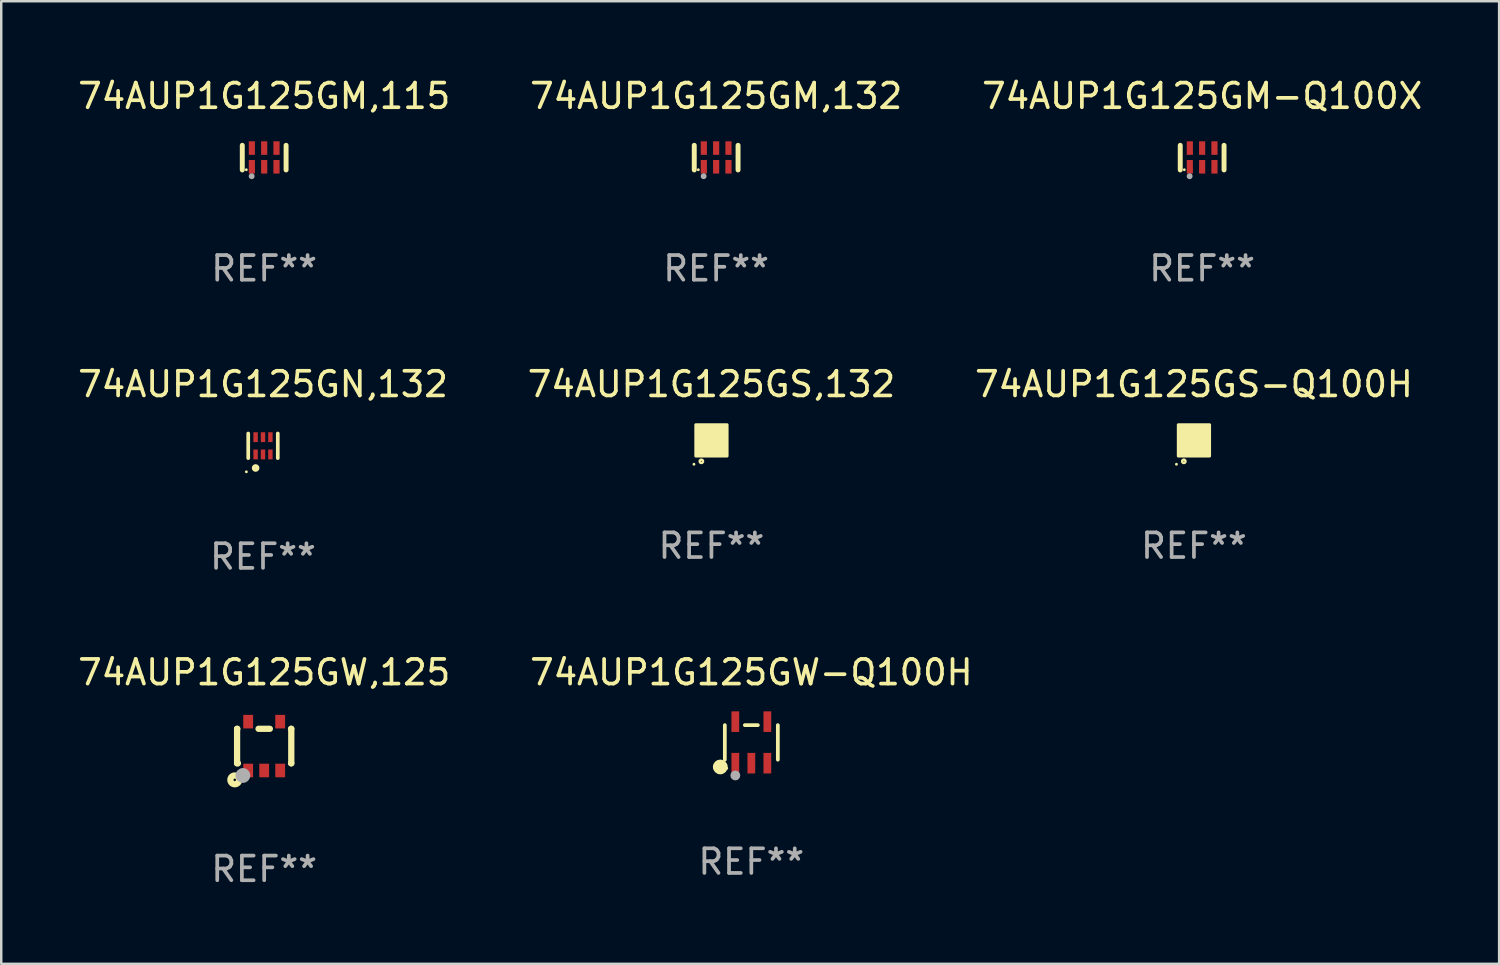
<source format=kicad_pcb>
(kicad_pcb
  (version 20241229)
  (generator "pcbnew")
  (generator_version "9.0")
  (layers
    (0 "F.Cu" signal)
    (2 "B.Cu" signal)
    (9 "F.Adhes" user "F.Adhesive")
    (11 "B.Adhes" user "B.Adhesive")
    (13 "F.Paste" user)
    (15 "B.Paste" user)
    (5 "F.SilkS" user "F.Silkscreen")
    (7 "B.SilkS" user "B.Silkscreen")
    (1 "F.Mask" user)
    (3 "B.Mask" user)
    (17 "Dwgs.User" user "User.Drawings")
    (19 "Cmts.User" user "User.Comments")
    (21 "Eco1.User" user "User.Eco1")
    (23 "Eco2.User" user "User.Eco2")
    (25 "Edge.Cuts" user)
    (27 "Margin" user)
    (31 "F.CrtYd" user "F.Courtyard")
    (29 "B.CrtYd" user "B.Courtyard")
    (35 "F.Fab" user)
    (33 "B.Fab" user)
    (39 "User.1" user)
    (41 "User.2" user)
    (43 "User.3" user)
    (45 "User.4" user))
  (footprint "74AUP1G125GS,132"
    (layer "F.Cu")
    (at 25.827 14.825)
    (property "Reference" "74AUP1G125GS,132" (at 0 -2.28 0) (layer "F.SilkS") (effects (font (size 1 1) (thickness 0.15))))
    (attr through_hole)
    (fp_circle (center -0.71 0.968) (end -0.68 0.968) (stroke (width 0.06) (type solid)) (fill no) (layer "F.SilkS"))
    (fp_circle (center -0.41 0.85) (end -0.342 0.85) (stroke (width 0.1) (type solid)) (fill no) (layer "F.SilkS"))
    (fp_poly (pts (xy -0.635 -0.635) (xy 0.635 -0.635) (xy 0.635 0.635) (xy -0.635 0.635)) (stroke (width 0.12) (type solid)) (fill yes) (layer "F.SilkS"))
    (fp_text user "REF**" (at 0 4.28 0) (layer "F.Fab") (effects (font (size 1 1) (thickness 0.15))))
    (pad "1" smd rect (at -0.35 0.28 90) (size 0.35 0.2) (layers "F.Cu" "F.Mask" "F.Paste"))
    (pad "2" smd rect (at 0 0.28 90) (size 0.35 0.2) (layers "F.Cu" "F.Mask" "F.Paste"))
    (pad "3" smd rect (at 0.35 0.28 90) (size 0.35 0.2) (layers "F.Cu" "F.Mask" "F.Paste"))
    (pad "4" smd rect (at 0.35 -0.28 90) (size 0.35 0.2) (layers "F.Cu" "F.Mask" "F.Paste"))
    (pad "5" smd rect (at 0 -0.28 90) (size 0.35 0.2) (layers "F.Cu" "F.Mask" "F.Paste"))
    (pad "6" smd rect (at -0.35 -0.28 90) (size 0.35 0.2) (layers "F.Cu" "F.Mask" "F.Paste")))
  (footprint "74AUP1G125GN,132"
    (layer "F.Cu")
    (at 7.625 15.045)
    (property "Reference" "74AUP1G125GN,132" (at 0 -2.5 0) (layer "F.SilkS") (effects (font (size 1 1) (thickness 0.15))))
    (attr through_hole)
    (fp_line (start -0.6 -0.5) (end -0.6 0.5) (stroke (width 0.15) (type solid)) (layer "F.SilkS"))
    (fp_line (start 0.6 0.5) (end 0.6 -0.5) (stroke (width 0.15) (type solid)) (layer "F.SilkS"))
    (fp_circle (center -0.675 1.055) (end -0.645 1.055) (stroke (width 0.06) (type solid)) (fill no) (layer "F.SilkS"))
    (fp_circle (center -0.3 0.9) (end -0.22 0.9) (stroke (width 0.15) (type solid)) (fill no) (layer "F.SilkS"))
    (fp_text user "REF**" (at 0 4.5 0) (layer "F.Fab") (effects (font (size 1 1) (thickness 0.15))))
    (pad "1" smd rect (at -0.3 0.35) (size 0.18 0.4) (layers "F.Cu" "F.Mask" "F.Paste"))
    (pad "2" smd rect (at 0.000025 0.35) (size 0.18 0.4) (layers "F.Cu" "F.Mask" "F.Paste"))
    (pad "3" smd rect (at 0.3 0.35) (size 0.18 0.4) (layers "F.Cu" "F.Mask" "F.Paste"))
    (pad "4" smd rect (at 0.3 -0.35) (size 0.18 0.4) (layers "F.Cu" "F.Mask" "F.Paste"))
    (pad "5" smd rect (at 0.000025 -0.35) (size 0.18 0.4) (layers "F.Cu" "F.Mask" "F.Paste"))
    (pad "6" smd rect (at -0.3 -0.35) (size 0.18 0.4) (layers "F.Cu" "F.Mask" "F.Paste")))
  (footprint "74AUP1G125GW-Q100H"
    (layer "F.Cu")
    (at 27.446 27.084)
    (property "Reference" "74AUP1G125GW-Q100H" (at 0 -2.843 0) (layer "F.SilkS") (effects (font (size 1 1) (thickness 0.15))))
    (attr through_hole)
    (fp_line (start -1.076 0.701) (end -1.076 -0.701) (stroke (width 0.152) (type solid)) (layer "F.SilkS"))
    (fp_line (start 0.264 -0.701) (end -0.264 -0.701) (stroke (width 0.152) (type solid)) (layer "F.SilkS"))
    (fp_line (start 1.076 0.701) (end 1.076 -0.701) (stroke (width 0.152) (type solid)) (layer "F.SilkS"))
    (fp_circle (center -1.26 0.995) (end -1.11 0.995) (stroke (width 0.3) (type solid)) (fill no) (layer "F.SilkS"))
    (fp_circle (center -1 1.05) (end -0.97 1.05) (stroke (width 0.06) (type solid)) (fill no) (layer "F.SilkS"))
    (fp_circle (center -0.65 1.341) (end -0.55 1.341) (stroke (width 0.2) (type solid)) (fill no) (layer "F.Fab"))
    (fp_text user "REF**" (at 0 4.843 0) (layer "F.Fab") (effects (font (size 1 1) (thickness 0.15))))
    (pad "1" smd rect (at -0.65 0.843) (size 0.315 0.835) (layers "F.Cu" "F.Mask" "F.Paste"))
    (pad "2" smd rect (at 0.00014 0.843) (size 0.315 0.835) (layers "F.Cu" "F.Mask" "F.Paste"))
    (pad "3" smd rect (at 0.65 0.843) (size 0.315 0.835) (layers "F.Cu" "F.Mask" "F.Paste"))
    (pad "4" smd rect (at 0.65 -0.843) (size 0.315 0.835) (layers "F.Cu" "F.Mask" "F.Paste"))
    (pad "5" smd rect (at -0.65 -0.843) (size 0.315 0.835) (layers "F.Cu" "F.Mask" "F.Paste")))
  (footprint "74AUP1G125GW,125"
    (layer "F.Cu")
    (at 7.673 27.232)
    (property "Reference" "74AUP1G125GW,125" (at 0 -2.991 0) (layer "F.SilkS") (effects (font (size 1 1) (thickness 0.15))))
    (attr through_hole)
    (fp_line (start -1.1 -0.7) (end -1.1 0.7) (stroke (width 0.254) (type solid)) (layer "F.SilkS"))
    (fp_line (start -1.1 -0.7) (end -1.09 -0.7) (stroke (width 0.254) (type solid)) (layer "F.SilkS"))
    (fp_line (start -1.1 0.7) (end -1.065 0.7) (stroke (width 0.254) (type solid)) (layer "F.SilkS"))
    (fp_line (start -0.23 -0.7) (end 0.23 -0.7) (stroke (width 0.254) (type solid)) (layer "F.SilkS"))
    (fp_line (start 1.09 -0.7) (end 1.1 -0.7) (stroke (width 0.254) (type solid)) (layer "F.SilkS"))
    (fp_line (start 1.09 0.7) (end 1.1 0.7) (stroke (width 0.254) (type solid)) (layer "F.SilkS"))
    (fp_line (start 1.1 -0.7) (end 1.1 0.7) (stroke (width 0.254) (type solid)) (layer "F.SilkS"))
    (fp_circle (center -1.194 1.372) (end -1.143 1.372) (stroke (width 0.254) (type solid)) (fill no) (layer "F.SilkS"))
    (fp_circle (center -1.05 1.063) (end -1.02 1.063) (stroke (width 0.06) (type solid)) (fill no) (layer "F.SilkS"))
    (fp_circle (center -0.864 1.194) (end -0.713 1.194) (stroke (width 0.3) (type solid)) (fill no) (layer "F.Fab"))
    (fp_text user "REF**" (at 0 4.991 0) (layer "F.Fab") (effects (font (size 1 1) (thickness 0.15))))
    (pad "1" smd rect (at -0.65 0.991 180) (size 0.399 0.551) (layers "F.Cu" "F.Mask" "F.Paste"))
    (pad "2" smd rect (at 0 0.991 180) (size 0.399 0.551) (layers "F.Cu" "F.Mask" "F.Paste"))
    (pad "3" smd rect (at 0.65 0.991 180) (size 0.399 0.551) (layers "F.Cu" "F.Mask" "F.Paste"))
    (pad "4" smd rect (at 0.65 -0.991 180) (size 0.399 0.551) (layers "F.Cu" "F.Mask" "F.Paste"))
    (pad "5" smd rect (at -0.65 -0.991 180) (size 0.399 0.551) (layers "F.Cu" "F.Mask" "F.Paste")))
  (footprint "74AUP1G125GM,115"
    (layer "F.Cu")
    (at 7.673 3.348)
    (property "Reference" "74AUP1G125GM,115" (at 0 -2.5 0) (layer "F.SilkS") (effects (font (size 1 1) (thickness 0.15))))
    (attr through_hole)
    (fp_line (start -0.889 0.5) (end -0.889 -0.5) (stroke (width 0.2) (type solid)) (layer "F.SilkS"))
    (fp_line (start 0.889 0.5) (end 0.889 -0.5) (stroke (width 0.2) (type solid)) (layer "F.SilkS"))
    (fp_circle (center -0.725 0.492) (end -0.695 0.492) (stroke (width 0.06) (type solid)) (fill no) (layer "F.SilkS"))
    (fp_circle (center -0.508 0.754) (end -0.448 0.754) (stroke (width 0.12) (type solid)) (fill no) (layer "F.Fab"))
    (fp_text user "REF**" (at 0 4.5 0) (layer "F.Fab") (effects (font (size 1 1) (thickness 0.15))))
    (pad "1" smd rect (at -0.5 0.372) (size 0.25 0.55) (layers "F.Cu" "F.Mask" "F.Paste"))
    (pad "2" smd rect (at -0.000127 0.372) (size 0.25 0.55) (layers "F.Cu" "F.Mask" "F.Paste"))
    (pad "3" smd rect (at 0.5 0.372) (size 0.25 0.55) (layers "F.Cu" "F.Mask" "F.Paste"))
    (pad "4" smd rect (at 0.5 -0.388 180) (size 0.25 0.55) (layers "F.Cu" "F.Mask" "F.Paste"))
    (pad "5" smd rect (at -0.000127 -0.388 180) (size 0.25 0.55) (layers "F.Cu" "F.Mask" "F.Paste"))
    (pad "6" smd rect (at -0.5 -0.388 180) (size 0.25 0.55) (layers "F.Cu" "F.Mask" "F.Paste")))
  (footprint "74AUP1G125GM-Q100X"
    (layer "F.Cu")
    (at 45.744 3.348)
    (property "Reference" "74AUP1G125GM-Q100X" (at 0 -2.5 0) (layer "F.SilkS") (effects (font (size 1 1) (thickness 0.15))))
    (attr through_hole)
    (fp_line (start -0.889 0.5) (end -0.889 -0.5) (stroke (width 0.2) (type solid)) (layer "F.SilkS"))
    (fp_line (start 0.889 0.5) (end 0.889 -0.5) (stroke (width 0.2) (type solid)) (layer "F.SilkS"))
    (fp_circle (center -0.725 0.492) (end -0.695 0.492) (stroke (width 0.06) (type solid)) (fill no) (layer "F.SilkS"))
    (fp_circle (center -0.508 0.754) (end -0.448 0.754) (stroke (width 0.12) (type solid)) (fill no) (layer "F.Fab"))
    (fp_text user "REF**" (at 0 4.5 0) (layer "F.Fab") (effects (font (size 1 1) (thickness 0.15))))
    (pad "1" smd rect (at -0.5 0.372) (size 0.25 0.55) (layers "F.Cu" "F.Mask" "F.Paste"))
    (pad "2" smd rect (at -0.000127 0.372) (size 0.25 0.55) (layers "F.Cu" "F.Mask" "F.Paste"))
    (pad "3" smd rect (at 0.5 0.372) (size 0.25 0.55) (layers "F.Cu" "F.Mask" "F.Paste"))
    (pad "4" smd rect (at 0.5 -0.388 180) (size 0.25 0.55) (layers "F.Cu" "F.Mask" "F.Paste"))
    (pad "5" smd rect (at -0.000127 -0.388 180) (size 0.25 0.55) (layers "F.Cu" "F.Mask" "F.Paste"))
    (pad "6" smd rect (at -0.5 -0.388 180) (size 0.25 0.55) (layers "F.Cu" "F.Mask" "F.Paste")))
  (footprint "74AUP1G125GS-Q100H"
    (layer "F.Cu")
    (at 45.411 14.825)
    (property "Reference" "74AUP1G125GS-Q100H" (at 0 -2.28 0) (layer "F.SilkS") (effects (font (size 1 1) (thickness 0.15))))
    (attr through_hole)
    (fp_circle (center -0.71 0.968) (end -0.68 0.968) (stroke (width 0.06) (type solid)) (fill no) (layer "F.SilkS"))
    (fp_circle (center -0.41 0.85) (end -0.342 0.85) (stroke (width 0.1) (type solid)) (fill no) (layer "F.SilkS"))
    (fp_poly (pts (xy -0.635 -0.635) (xy 0.635 -0.635) (xy 0.635 0.635) (xy -0.635 0.635)) (stroke (width 0.12) (type solid)) (fill yes) (layer "F.SilkS"))
    (fp_text user "REF**" (at 0 4.28 0) (layer "F.Fab") (effects (font (size 1 1) (thickness 0.15))))
    (pad "1" smd rect (at -0.35 0.28 90) (size 0.35 0.2) (layers "F.Cu" "F.Mask" "F.Paste"))
    (pad "2" smd rect (at 0 0.28 90) (size 0.35 0.2) (layers "F.Cu" "F.Mask" "F.Paste"))
    (pad "3" smd rect (at 0.35 0.28 90) (size 0.35 0.2) (layers "F.Cu" "F.Mask" "F.Paste"))
    (pad "4" smd rect (at 0.35 -0.28 90) (size 0.35 0.2) (layers "F.Cu" "F.Mask" "F.Paste"))
    (pad "5" smd rect (at 0 -0.28 90) (size 0.35 0.2) (layers "F.Cu" "F.Mask" "F.Paste"))
    (pad "6" smd rect (at -0.35 -0.28 90) (size 0.35 0.2) (layers "F.Cu" "F.Mask" "F.Paste")))
  (footprint "74AUP1G125GM,132"
    (layer "F.Cu")
    (at 26.018 3.348)
    (property "Reference" "74AUP1G125GM,132" (at 0 -2.5 0) (layer "F.SilkS") (effects (font (size 1 1) (thickness 0.15))))
    (attr through_hole)
    (fp_line (start -0.889 0.5) (end -0.889 -0.5) (stroke (width 0.2) (type solid)) (layer "F.SilkS"))
    (fp_line (start 0.889 0.5) (end 0.889 -0.5) (stroke (width 0.2) (type solid)) (layer "F.SilkS"))
    (fp_circle (center -0.725 0.492) (end -0.695 0.492) (stroke (width 0.06) (type solid)) (fill no) (layer "F.SilkS"))
    (fp_circle (center -0.508 0.754) (end -0.448 0.754) (stroke (width 0.12) (type solid)) (fill no) (layer "F.Fab"))
    (fp_text user "REF**" (at 0 4.5 0) (layer "F.Fab") (effects (font (size 1 1) (thickness 0.15))))
    (pad "1" smd rect (at -0.5 0.372) (size 0.25 0.55) (layers "F.Cu" "F.Mask" "F.Paste"))
    (pad "2" smd rect (at -0.000127 0.372) (size 0.25 0.55) (layers "F.Cu" "F.Mask" "F.Paste"))
    (pad "3" smd rect (at 0.5 0.372) (size 0.25 0.55) (layers "F.Cu" "F.Mask" "F.Paste"))
    (pad "4" smd rect (at 0.5 -0.388 180) (size 0.25 0.55) (layers "F.Cu" "F.Mask" "F.Paste"))
    (pad "5" smd rect (at -0.000127 -0.388 180) (size 0.25 0.55) (layers "F.Cu" "F.Mask" "F.Paste"))
    (pad "6" smd rect (at -0.5 -0.388 180) (size 0.25 0.55) (layers "F.Cu" "F.Mask" "F.Paste")))
  (gr_rect
    (start -3 -3)
    (end 57.798 36.071)
    (stroke (width 0.1) (type default))
    (fill no)
    (layer "Edge.Cuts")))
</source>
